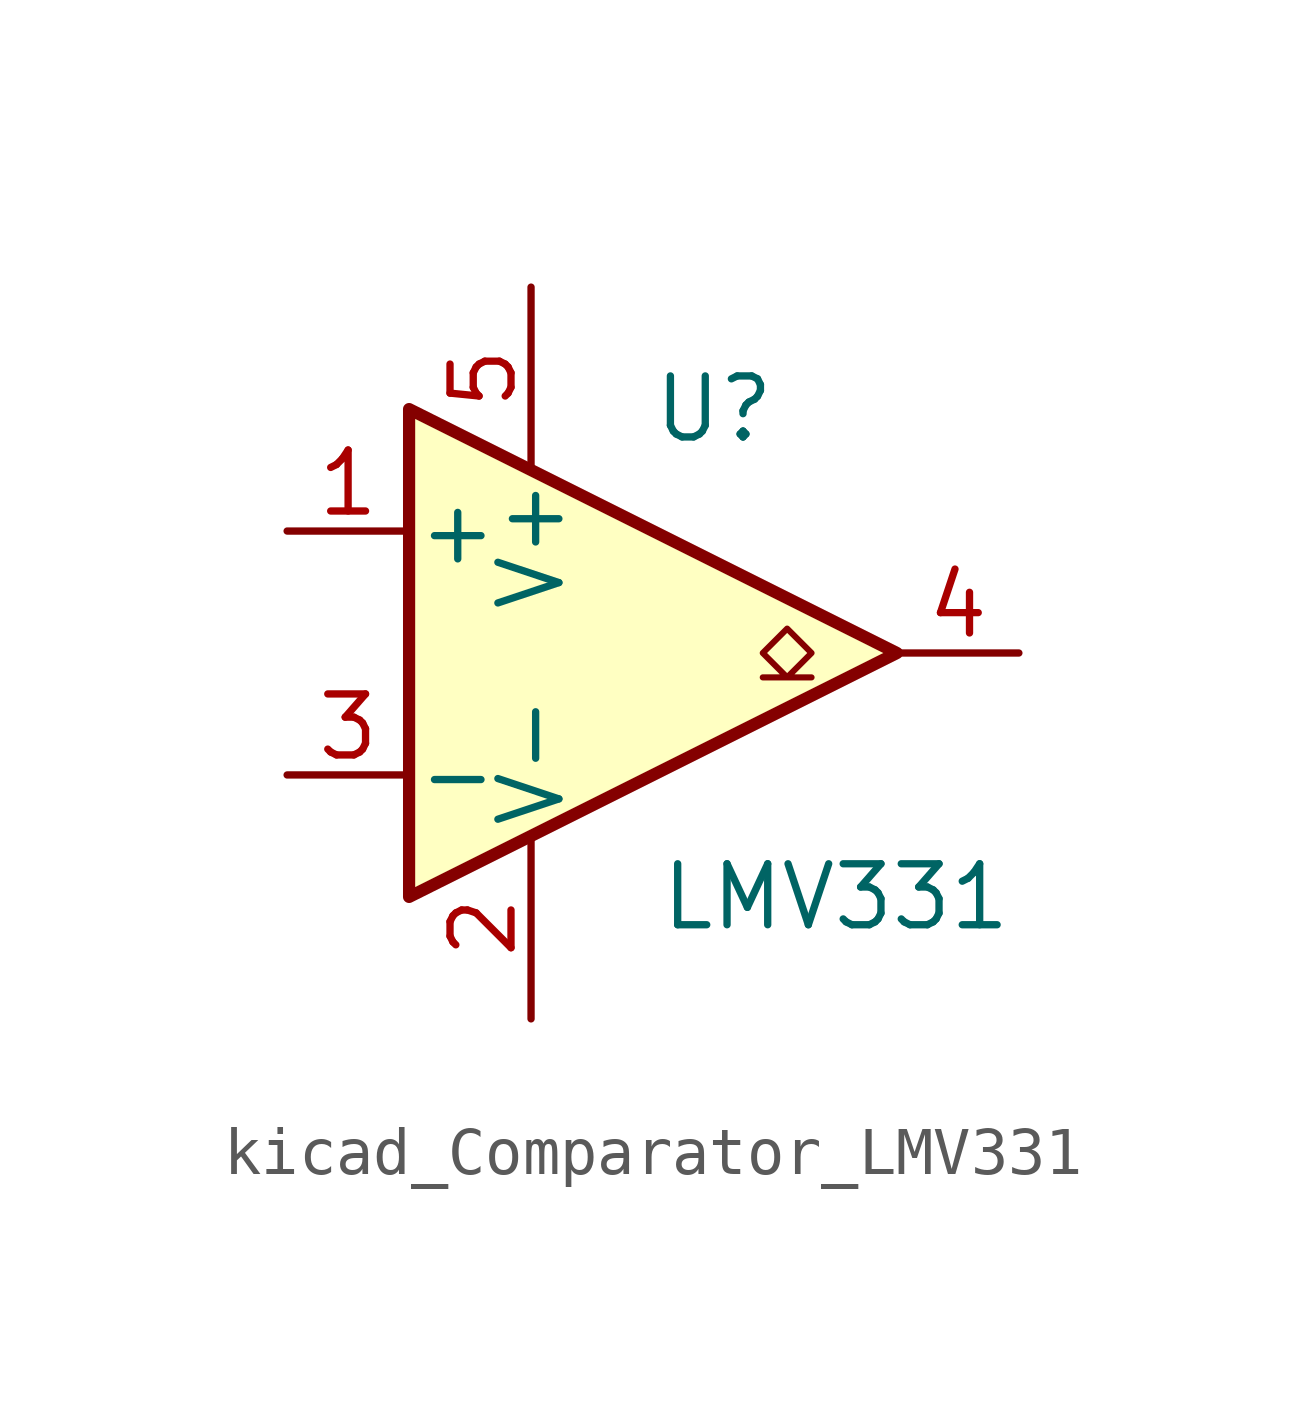
<source format=kicad_sym>
(kicad_symbol_lib
  (version 20220914)
  (generator kicad_symbol_editor)
  (symbol "kicad_Comparator_LMV331"
    (pin_names
      (offset 0.127))
    (property "Reference" "U"
      (at 1.27 5.08 0)
      (effects (font (size 1.27 1.27))))
    (property "Value" "LMV331"
      (at 3.81 -5.08 0)
      (effects (font (size 1.27 1.27))))
    (symbol "kicad_Comparator_LMV331_0_1"
      (polyline (pts (xy -5.08 5.08) (xy 5.08 0) (xy -5.08 -5.08) (xy -5.08 5.08)) (stroke (width 0.254) (type default)) (fill (type background)))
      (polyline (pts (xy 3.302 -0.508) (xy 2.794 -0.508) (xy 3.302 0) (xy 2.794 0.508) (xy 2.286 0) (xy 2.794 -0.508) (xy 2.286 -0.508)) (stroke (width 0.127) (type default)) (fill (type none))))
    (symbol "kicad_Comparator_LMV331_1_1"
      (pin input line (at -7.62 2.54 0) (length 2.54) (name "+" (effects (font (size 1.27 1.27)))) (number "1" (effects (font (size 1.27 1.27)))))
      (pin power_in line (at -2.54 -7.62 90) (length 3.81) (name "V-" (effects (font (size 1.27 1.27)))) (number "2" (effects (font (size 1.27 1.27)))))
      (pin input line (at -7.62 -2.54 0) (length 2.54) (name "-" (effects (font (size 1.27 1.27)))) (number "3" (effects (font (size 1.27 1.27)))))
      (pin open_collector line (at 7.62 0 180) (length 2.54) (name "~" (effects (font (size 1.27 1.27)))) (number "4" (effects (font (size 1.27 1.27)))))
      (pin power_in line (at -2.54 7.62 270) (length 3.81) (name "V+" (effects (font (size 1.27 1.27)))) (number "5" (effects (font (size 1.27 1.27))))))))
</source>
